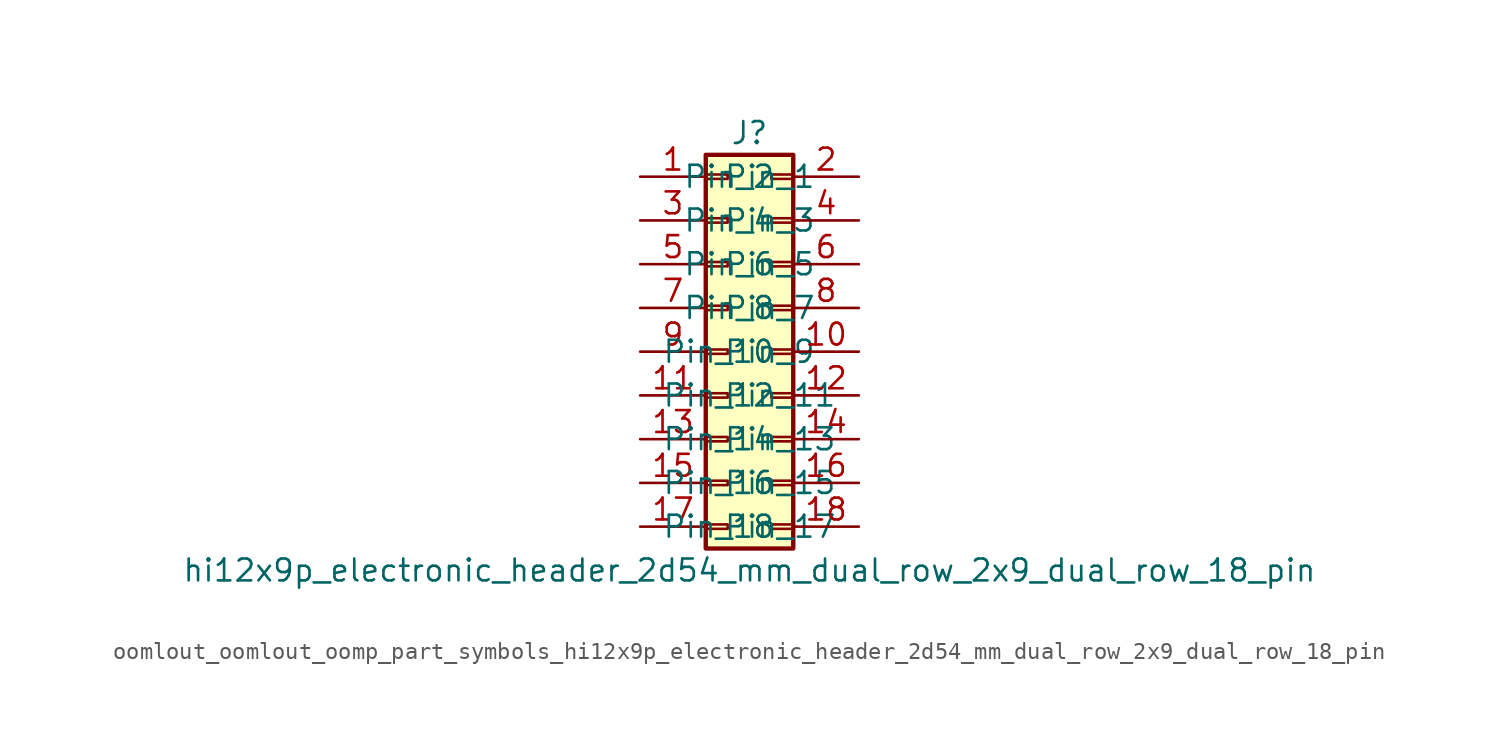
<source format=kicad_sym>
(kicad_symbol_lib
  (version 20220914)
  (generator kicad_symbol_editor)
  (symbol "oomlout_oomlout_oomp_part_symbols_hi12x9p_electronic_header_2d54_mm_dual_row_2x9_dual_row_18_pin"
    (pin_names
      (offset 1.016))
    (property "Reference" "J"
      (at 1.27 12.7 0)
      (effects (font (size 1.27 1.27))))
    (property "Value" "hi12x9p_electronic_header_2d54_mm_dual_row_2x9_dual_row_18_pin"
      (at 1.27 -12.7 0)
      (effects (font (size 1.27 1.27))))
    (symbol "oomlout_oomlout_oomp_part_symbols_hi12x9p_electronic_header_2d54_mm_dual_row_2x9_dual_row_18_pin_1_1"
      (rectangle (start -1.27 -10.033) (end 0 -10.287) (stroke (width 0.152) (type default)) (fill (type none)))
      (rectangle (start -1.27 -7.493) (end 0 -7.747) (stroke (width 0.152) (type default)) (fill (type none)))
      (rectangle (start -1.27 -4.953) (end 0 -5.207) (stroke (width 0.152) (type default)) (fill (type none)))
      (rectangle (start -1.27 -2.413) (end 0 -2.667) (stroke (width 0.152) (type default)) (fill (type none)))
      (rectangle (start -1.27 0.127) (end 0 -0.127) (stroke (width 0.152) (type default)) (fill (type none)))
      (rectangle (start -1.27 2.667) (end 0 2.413) (stroke (width 0.152) (type default)) (fill (type none)))
      (rectangle (start -1.27 5.207) (end 0 4.953) (stroke (width 0.152) (type default)) (fill (type none)))
      (rectangle (start -1.27 7.747) (end 0 7.493) (stroke (width 0.152) (type default)) (fill (type none)))
      (rectangle (start -1.27 10.287) (end 0 10.033) (stroke (width 0.152) (type default)) (fill (type none)))
      (rectangle (start -1.27 11.43) (end 3.81 -11.43) (stroke (width 0.254) (type default)) (fill (type background)))
      (rectangle (start 3.81 -10.033) (end 2.54 -10.287) (stroke (width 0.152) (type default)) (fill (type none)))
      (rectangle (start 3.81 -7.493) (end 2.54 -7.747) (stroke (width 0.152) (type default)) (fill (type none)))
      (rectangle (start 3.81 -4.953) (end 2.54 -5.207) (stroke (width 0.152) (type default)) (fill (type none)))
      (rectangle (start 3.81 -2.413) (end 2.54 -2.667) (stroke (width 0.152) (type default)) (fill (type none)))
      (rectangle (start 3.81 0.127) (end 2.54 -0.127) (stroke (width 0.152) (type default)) (fill (type none)))
      (rectangle (start 3.81 2.667) (end 2.54 2.413) (stroke (width 0.152) (type default)) (fill (type none)))
      (rectangle (start 3.81 5.207) (end 2.54 4.953) (stroke (width 0.152) (type default)) (fill (type none)))
      (rectangle (start 3.81 7.747) (end 2.54 7.493) (stroke (width 0.152) (type default)) (fill (type none)))
      (rectangle (start 3.81 10.287) (end 2.54 10.033) (stroke (width 0.152) (type default)) (fill (type none)))
      (pin passive line (at -5.08 10.16 0) (length 3.81) (name "Pin_1" (effects (font (size 1.27 1.27)))) (number "1" (effects (font (size 1.27 1.27)))))
      (pin passive line (at 7.62 0 180) (length 3.81) (name "Pin_10" (effects (font (size 1.27 1.27)))) (number "10" (effects (font (size 1.27 1.27)))))
      (pin passive line (at -5.08 -2.54 0) (length 3.81) (name "Pin_11" (effects (font (size 1.27 1.27)))) (number "11" (effects (font (size 1.27 1.27)))))
      (pin passive line (at 7.62 -2.54 180) (length 3.81) (name "Pin_12" (effects (font (size 1.27 1.27)))) (number "12" (effects (font (size 1.27 1.27)))))
      (pin passive line (at -5.08 -5.08 0) (length 3.81) (name "Pin_13" (effects (font (size 1.27 1.27)))) (number "13" (effects (font (size 1.27 1.27)))))
      (pin passive line (at 7.62 -5.08 180) (length 3.81) (name "Pin_14" (effects (font (size 1.27 1.27)))) (number "14" (effects (font (size 1.27 1.27)))))
      (pin passive line (at -5.08 -7.62 0) (length 3.81) (name "Pin_15" (effects (font (size 1.27 1.27)))) (number "15" (effects (font (size 1.27 1.27)))))
      (pin passive line (at 7.62 -7.62 180) (length 3.81) (name "Pin_16" (effects (font (size 1.27 1.27)))) (number "16" (effects (font (size 1.27 1.27)))))
      (pin passive line (at -5.08 -10.16 0) (length 3.81) (name "Pin_17" (effects (font (size 1.27 1.27)))) (number "17" (effects (font (size 1.27 1.27)))))
      (pin passive line (at 7.62 -10.16 180) (length 3.81) (name "Pin_18" (effects (font (size 1.27 1.27)))) (number "18" (effects (font (size 1.27 1.27)))))
      (pin passive line (at 7.62 10.16 180) (length 3.81) (name "Pin_2" (effects (font (size 1.27 1.27)))) (number "2" (effects (font (size 1.27 1.27)))))
      (pin passive line (at -5.08 7.62 0) (length 3.81) (name "Pin_3" (effects (font (size 1.27 1.27)))) (number "3" (effects (font (size 1.27 1.27)))))
      (pin passive line (at 7.62 7.62 180) (length 3.81) (name "Pin_4" (effects (font (size 1.27 1.27)))) (number "4" (effects (font (size 1.27 1.27)))))
      (pin passive line (at -5.08 5.08 0) (length 3.81) (name "Pin_5" (effects (font (size 1.27 1.27)))) (number "5" (effects (font (size 1.27 1.27)))))
      (pin passive line (at 7.62 5.08 180) (length 3.81) (name "Pin_6" (effects (font (size 1.27 1.27)))) (number "6" (effects (font (size 1.27 1.27)))))
      (pin passive line (at -5.08 2.54 0) (length 3.81) (name "Pin_7" (effects (font (size 1.27 1.27)))) (number "7" (effects (font (size 1.27 1.27)))))
      (pin passive line (at 7.62 2.54 180) (length 3.81) (name "Pin_8" (effects (font (size 1.27 1.27)))) (number "8" (effects (font (size 1.27 1.27)))))
      (pin passive line (at -5.08 0 0) (length 3.81) (name "Pin_9" (effects (font (size 1.27 1.27)))) (number "9" (effects (font (size 1.27 1.27))))))))
</source>
